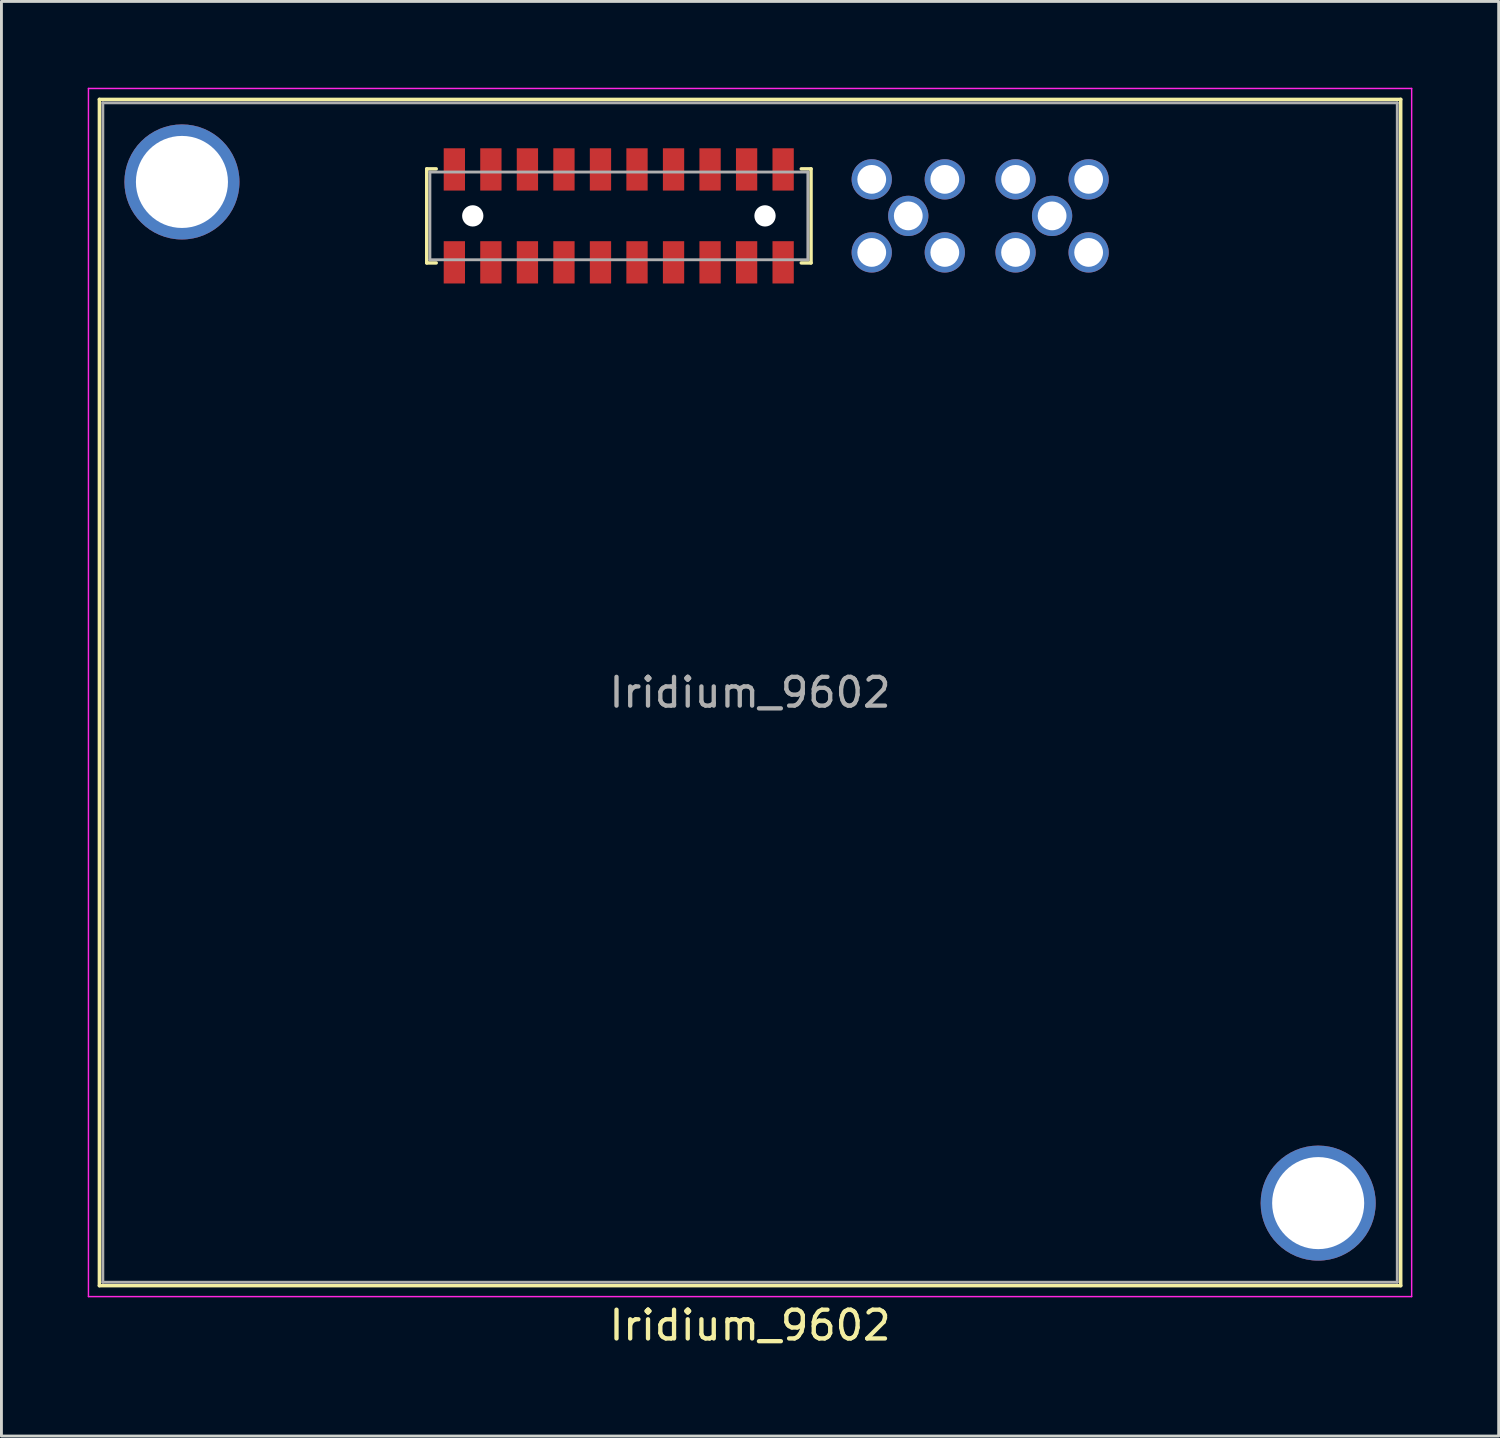
<source format=kicad_pcb>
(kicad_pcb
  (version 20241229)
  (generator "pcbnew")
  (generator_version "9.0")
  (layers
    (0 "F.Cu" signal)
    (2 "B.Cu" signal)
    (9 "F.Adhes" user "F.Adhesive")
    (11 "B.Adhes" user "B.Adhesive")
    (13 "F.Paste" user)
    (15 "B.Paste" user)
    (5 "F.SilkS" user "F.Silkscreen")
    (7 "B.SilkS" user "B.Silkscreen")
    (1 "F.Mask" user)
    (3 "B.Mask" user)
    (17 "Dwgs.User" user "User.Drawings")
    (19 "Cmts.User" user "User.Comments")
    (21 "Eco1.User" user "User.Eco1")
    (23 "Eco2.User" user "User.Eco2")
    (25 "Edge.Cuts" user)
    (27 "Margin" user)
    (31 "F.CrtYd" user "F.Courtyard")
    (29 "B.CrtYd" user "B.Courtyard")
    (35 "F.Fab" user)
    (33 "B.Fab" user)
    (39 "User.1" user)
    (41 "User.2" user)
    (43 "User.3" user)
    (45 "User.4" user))
  (footprint "Iridium_9602"
    (layer "F.Cu")
    (at 23.025 21.025)
    (property "Reference" "Iridium_9602" (at 0 22 0) (layer "F.SilkS") (effects (font (size 1 1) (thickness 0.15))))
    (attr through_hole)
    (fp_line (start -22.62 -20.62) (end -22.62 20.62) (stroke (width 0.12) (type solid)) (layer "F.SilkS"))
    (fp_line (start -22.62 -20.62) (end 22.62 -20.62) (stroke (width 0.12) (type solid)) (layer "F.SilkS"))
    (fp_line (start -22.62 20.62) (end 22.62 20.62) (stroke (width 0.12) (type solid)) (layer "F.SilkS"))
    (fp_line (start -11.24 -18.205) (end -11.24 -14.935) (stroke (width 0.12) (type solid)) (layer "F.SilkS"))
    (fp_line (start -11.24 -18.205) (end -10.91 -18.205) (stroke (width 0.12) (type solid)) (layer "F.SilkS"))
    (fp_line (start -11.24 -14.935) (end -10.91 -14.935) (stroke (width 0.12) (type solid)) (layer "F.SilkS"))
    (fp_line (start 1.78 -18.205) (end 2.12 -18.205) (stroke (width 0.12) (type solid)) (layer "F.SilkS"))
    (fp_line (start 1.78 -14.935) (end 2.12 -14.935) (stroke (width 0.12) (type solid)) (layer "F.SilkS"))
    (fp_line (start 2.12 -18.205) (end 2.12 -14.935) (stroke (width 0.12) (type solid)) (layer "F.SilkS"))
    (fp_line (start 22.62 -20.62) (end 22.62 20.62) (stroke (width 0.12) (type solid)) (layer "F.SilkS"))
    (fp_line (start -23 -21) (end -23 21) (stroke (width 0.05) (type solid)) (layer "F.CrtYd"))
    (fp_line (start -23 -21) (end 23 -21) (stroke (width 0.05) (type solid)) (layer "F.CrtYd"))
    (fp_line (start -23 21) (end 23 21) (stroke (width 0.05) (type solid)) (layer "F.CrtYd"))
    (fp_line (start 23 -21) (end 23 21) (stroke (width 0.05) (type solid)) (layer "F.CrtYd"))
    (fp_line (start -22.5 -20.5) (end -22.5 20.5) (stroke (width 0.1) (type solid)) (layer "F.Fab"))
    (fp_line (start -22.5 -20.5) (end 22.5 -20.5) (stroke (width 0.1) (type solid)) (layer "F.Fab"))
    (fp_line (start -22.5 20.5) (end 22.5 20.5) (stroke (width 0.1) (type solid)) (layer "F.Fab"))
    (fp_line (start -11.13 -18.095) (end -11.13 -15.045) (stroke (width 0.1) (type solid)) (layer "F.Fab"))
    (fp_line (start -11.13 -18.095) (end 2.01 -18.095) (stroke (width 0.1) (type solid)) (layer "F.Fab"))
    (fp_line (start -11.13 -15.045) (end 2.01 -15.045) (stroke (width 0.1) (type solid)) (layer "F.Fab"))
    (fp_line (start 2.01 -18.095) (end 2.01 -15.045) (stroke (width 0.1) (type solid)) (layer "F.Fab"))
    (fp_line (start 22.5 -20.5) (end 22.5 20.5) (stroke (width 0.1) (type solid)) (layer "F.Fab"))
    (fp_text user "${REFERENCE}" (at 0 0 0) (layer "F.Fab") (effects (font (size 1 1) (thickness 0.15))))
    (pad "" np_thru_hole circle (at -19.75 -17.75) (size 4 4) (drill 3.2) (layers "*.Cu" "*.Mask"))
    (pad "" np_thru_hole circle (at -9.64 -16.57) (size 0.74 0.74) (drill 0.74) (layers "*.Cu" "*.Mask"))
    (pad "" np_thru_hole circle (at 0.52 -16.57) (size 0.74 0.74) (drill 0.74) (layers "*.Cu" "*.Mask"))
    (pad "" np_thru_hole circle (at 19.75 17.75) (size 4 4) (drill 3.2) (layers "*.Cu" "*.Mask"))
    (pad "1" smd rect (at 1.15 -14.955) (size 0.74 1.47) (layers "F.Cu" "F.Mask" "F.Paste"))
    (pad "2" smd rect (at 1.15 -18.185) (size 0.74 1.47) (layers "F.Cu" "F.Mask" "F.Paste"))
    (pad "3" smd rect (at -0.12 -14.955) (size 0.74 1.47) (layers "F.Cu" "F.Mask" "F.Paste"))
    (pad "4" smd rect (at -0.12 -18.185) (size 0.74 1.47) (layers "F.Cu" "F.Mask" "F.Paste"))
    (pad "5" smd rect (at -1.39 -14.955) (size 0.74 1.47) (layers "F.Cu" "F.Mask" "F.Paste"))
    (pad "6" smd rect (at -1.39 -18.185) (size 0.74 1.47) (layers "F.Cu" "F.Mask" "F.Paste"))
    (pad "7" smd rect (at -2.66 -14.955) (size 0.74 1.47) (layers "F.Cu" "F.Mask" "F.Paste"))
    (pad "8" smd rect (at -2.66 -18.185) (size 0.74 1.47) (layers "F.Cu" "F.Mask" "F.Paste"))
    (pad "9" smd rect (at -3.93 -14.955) (size 0.74 1.47) (layers "F.Cu" "F.Mask" "F.Paste"))
    (pad "10" smd rect (at -3.93 -18.185) (size 0.74 1.47) (layers "F.Cu" "F.Mask" "F.Paste"))
    (pad "11" smd rect (at -5.2 -14.955) (size 0.74 1.47) (layers "F.Cu" "F.Mask" "F.Paste"))
    (pad "12" smd rect (at -5.2 -18.185) (size 0.74 1.47) (layers "F.Cu" "F.Mask" "F.Paste"))
    (pad "13" smd rect (at -6.47 -14.955) (size 0.74 1.47) (layers "F.Cu" "F.Mask" "F.Paste"))
    (pad "14" smd rect (at -6.47 -18.185) (size 0.74 1.47) (layers "F.Cu" "F.Mask" "F.Paste"))
    (pad "15" smd rect (at -7.74 -14.955) (size 0.74 1.47) (layers "F.Cu" "F.Mask" "F.Paste"))
    (pad "16" smd rect (at -7.74 -18.185) (size 0.74 1.47) (layers "F.Cu" "F.Mask" "F.Paste"))
    (pad "17" smd rect (at -9.01 -14.955) (size 0.74 1.47) (layers "F.Cu" "F.Mask" "F.Paste"))
    (pad "18" smd rect (at -9.01 -18.185) (size 0.74 1.47) (layers "F.Cu" "F.Mask" "F.Paste"))
    (pad "19" smd rect (at -10.28 -14.955) (size 0.74 1.47) (layers "F.Cu" "F.Mask" "F.Paste"))
    (pad "20" smd rect (at -10.28 -18.185) (size 0.74 1.47) (layers "F.Cu" "F.Mask" "F.Paste"))
    (pad "21" thru_hole circle (at 5.5 -16.57) (size 1.4 1.4) (drill 1) (layers "*.Cu" "*.Mask"))
    (pad "22" thru_hole circle (at 4.23 -17.84) (size 1.4 1.4) (drill 1) (layers "*.Cu" "*.Mask"))
    (pad "22" thru_hole circle (at 4.23 -15.3) (size 1.4 1.4) (drill 1) (layers "*.Cu" "*.Mask"))
    (pad "22" thru_hole circle (at 6.77 -17.84) (size 1.4 1.4) (drill 1) (layers "*.Cu" "*.Mask"))
    (pad "22" thru_hole circle (at 6.77 -15.3) (size 1.4 1.4) (drill 1) (layers "*.Cu" "*.Mask"))
    (pad "23" thru_hole circle (at 10.5 -16.57) (size 1.4 1.4) (drill 1) (layers "*.Cu" "*.Mask"))
    (pad "24" thru_hole circle (at 9.23 -17.84) (size 1.4 1.4) (drill 1) (layers "*.Cu" "*.Mask"))
    (pad "24" thru_hole circle (at 9.23 -15.3) (size 1.4 1.4) (drill 1) (layers "*.Cu" "*.Mask"))
    (pad "24" thru_hole circle (at 11.77 -17.84) (size 1.4 1.4) (drill 1) (layers "*.Cu" "*.Mask"))
    (pad "24" thru_hole circle (at 11.77 -15.3) (size 1.4 1.4) (drill 1) (layers "*.Cu" "*.Mask")))
  (gr_rect
    (start -3 -3)
    (end 49.05 46.873)
    (stroke (width 0.1) (type default))
    (fill no)
    (layer "Edge.Cuts")))
</source>
